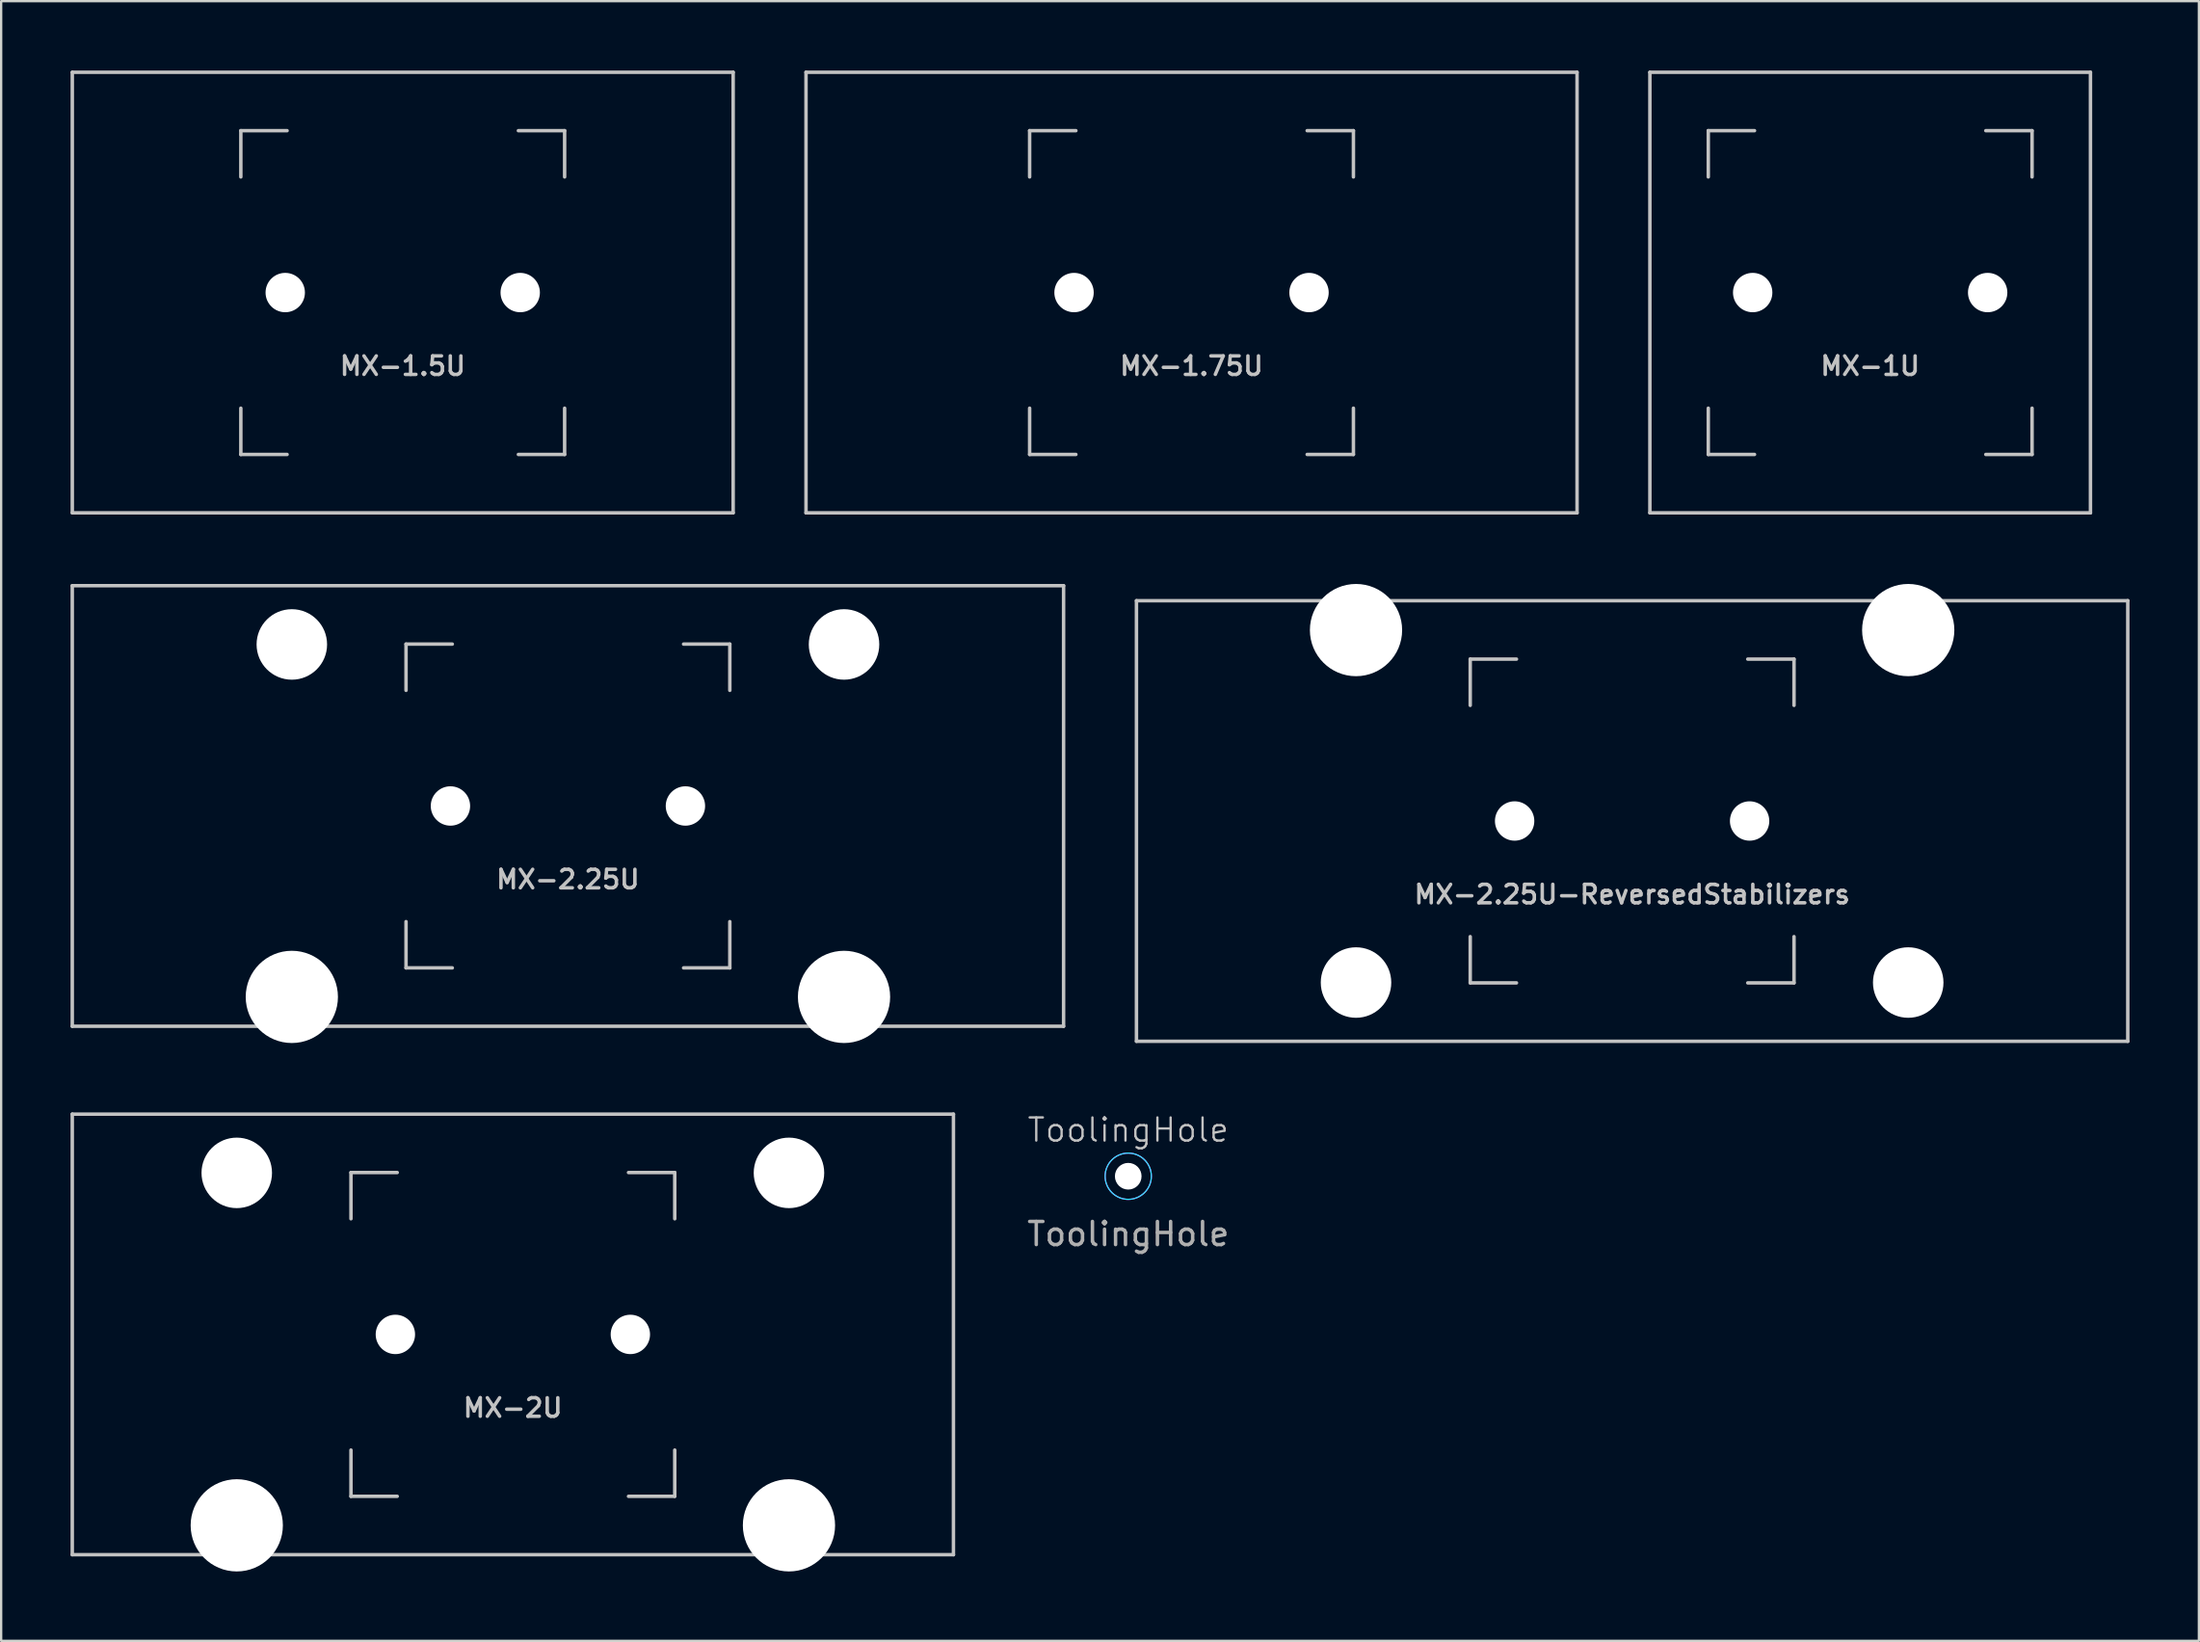
<source format=kicad_pcb>
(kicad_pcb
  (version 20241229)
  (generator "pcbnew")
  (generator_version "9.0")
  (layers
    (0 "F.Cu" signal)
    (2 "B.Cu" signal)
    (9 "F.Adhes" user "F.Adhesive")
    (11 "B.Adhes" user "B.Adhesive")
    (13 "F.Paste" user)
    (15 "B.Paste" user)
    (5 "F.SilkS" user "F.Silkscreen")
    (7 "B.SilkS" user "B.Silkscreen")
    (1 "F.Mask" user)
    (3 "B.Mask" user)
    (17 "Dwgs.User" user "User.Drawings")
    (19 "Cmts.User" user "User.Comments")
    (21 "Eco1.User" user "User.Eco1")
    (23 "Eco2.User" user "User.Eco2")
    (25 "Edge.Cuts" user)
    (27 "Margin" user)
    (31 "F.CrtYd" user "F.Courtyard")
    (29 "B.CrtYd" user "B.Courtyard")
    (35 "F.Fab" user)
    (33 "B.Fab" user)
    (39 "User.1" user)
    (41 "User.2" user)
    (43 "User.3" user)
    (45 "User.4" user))
  (footprint "ToolingHole"
    (layer "F.Cu")
    (at 45.732 47.809)
    (property "Reference" "ToolingHole" (at 0 -2 0) (unlocked yes) (layer "Dwgs.User") (effects (font (size 1 1) (thickness 0.1))))
    (attr through_hole)
    (fp_circle (center 0 0) (end -1 0) (stroke (width 0.05) (type solid)) (fill no) (layer "B.CrtYd"))
    (fp_circle (center 0 0) (end 1 0) (stroke (width 0.05) (type solid)) (fill no) (layer "F.CrtYd"))
    (fp_text user "${REFERENCE}" (at 0 2.5 0) (unlocked yes) (layer "F.Fab") (effects (font (size 1 1) (thickness 0.15))))
    (pad "" np_thru_hole circle (at 0 0) (size 1.152 1.152) (drill 1.152) (layers "*.Cu" "*.Mask")))
  (footprint "MX-1U"
    (layer "F.Cu")
    (at 77.812 9.6)
    (property "Reference" "MX-1U" (at 0 3.175 0) (layer "Dwgs.User") (effects (font (size 0.8 0.8) (thickness 0.15))))
    (attr through_hole)
    (fp_line (start -9.525 9.525) (end -9.525 -9.525) (stroke (width 0.15) (type solid)) (layer "Dwgs.User"))
    (fp_line (start -7 -7) (end -7 -5) (stroke (width 0.15) (type solid)) (layer "Dwgs.User"))
    (fp_line (start -7 5) (end -7 7) (stroke (width 0.15) (type solid)) (layer "Dwgs.User"))
    (fp_line (start -7 7) (end -5 7) (stroke (width 0.15) (type solid)) (layer "Dwgs.User"))
    (fp_line (start -5 -7) (end -7 -7) (stroke (width 0.15) (type solid)) (layer "Dwgs.User"))
    (fp_line (start 5 -7) (end 7 -7) (stroke (width 0.15) (type solid)) (layer "Dwgs.User"))
    (fp_line (start 5 7) (end 7 7) (stroke (width 0.15) (type solid)) (layer "Dwgs.User"))
    (fp_line (start 7 -7) (end 7 -5) (stroke (width 0.15) (type solid)) (layer "Dwgs.User"))
    (fp_line (start 7 7) (end 7 5) (stroke (width 0.15) (type solid)) (layer "Dwgs.User"))
    (fp_line (start 9.525 -9.525) (end -9.525 -9.525) (stroke (width 0.15) (type solid)) (layer "Dwgs.User"))
    (fp_line (start 9.525 9.525) (end -9.525 9.525) (stroke (width 0.15) (type solid)) (layer "Dwgs.User"))
    (fp_line (start 9.525 9.525) (end 9.525 -9.525) (stroke (width 0.15) (type solid)) (layer "Dwgs.User"))
    (pad "" np_thru_hole circle (at -5.08 0 48.099) (size 1.702 1.702) (drill 1.702) (layers "*.Cu" "*.Mask"))
    (pad "" np_thru_hole circle (at 5.08 0 48.099) (size 1.702 1.702) (drill 1.702) (layers "*.Cu" "*.Mask")))
  (footprint "MX-2.25U"
    (layer "F.Cu")
    (at 21.506 31.8)
    (property "Reference" "MX-2.25U" (at 0 3.175 0) (layer "Dwgs.User") (effects (font (size 0.8 0.8) (thickness 0.15))))
    (attr through_hole)
    (fp_line (start -21.431 9.525) (end -21.431 -9.525) (stroke (width 0.15) (type solid)) (layer "Dwgs.User"))
    (fp_line (start -7 -7) (end -7 -5) (stroke (width 0.15) (type solid)) (layer "Dwgs.User"))
    (fp_line (start -7 5) (end -7 7) (stroke (width 0.15) (type solid)) (layer "Dwgs.User"))
    (fp_line (start -7 7) (end -5 7) (stroke (width 0.15) (type solid)) (layer "Dwgs.User"))
    (fp_line (start -5 -7) (end -7 -7) (stroke (width 0.15) (type solid)) (layer "Dwgs.User"))
    (fp_line (start 5 -7) (end 7 -7) (stroke (width 0.15) (type solid)) (layer "Dwgs.User"))
    (fp_line (start 5 7) (end 7 7) (stroke (width 0.15) (type solid)) (layer "Dwgs.User"))
    (fp_line (start 7 -7) (end 7 -5) (stroke (width 0.15) (type solid)) (layer "Dwgs.User"))
    (fp_line (start 7 7) (end 7 5) (stroke (width 0.15) (type solid)) (layer "Dwgs.User"))
    (fp_line (start 21.431 -9.525) (end -21.431 -9.525) (stroke (width 0.15) (type solid)) (layer "Dwgs.User"))
    (fp_line (start 21.431 9.525) (end -21.431 9.525) (stroke (width 0.15) (type solid)) (layer "Dwgs.User"))
    (fp_line (start 21.431 9.525) (end 21.431 -9.525) (stroke (width 0.15) (type solid)) (layer "Dwgs.User"))
    (pad "" np_thru_hole circle (at -11.938 -6.985) (size 3.048 3.048) (drill 3.048) (layers "*.Cu" "*.Mask"))
    (pad "" np_thru_hole circle (at -11.938 8.255) (size 3.988 3.988) (drill 3.988) (layers "*.Cu" "*.Mask"))
    (pad "" np_thru_hole circle (at -5.08 0 48.099) (size 1.702 1.702) (drill 1.702) (layers "*.Cu" "*.Mask"))
    (pad "" np_thru_hole circle (at 5.08 0 48.099) (size 1.702 1.702) (drill 1.702) (layers "*.Cu" "*.Mask"))
    (pad "" np_thru_hole circle (at 11.938 -6.985) (size 3.048 3.048) (drill 3.048) (layers "*.Cu" "*.Mask"))
    (pad "" np_thru_hole circle (at 11.938 8.255) (size 3.988 3.988) (drill 3.988) (layers "*.Cu" "*.Mask")))
  (footprint "MX-1.5U"
    (layer "F.Cu")
    (at 14.363 9.6)
    (property "Reference" "MX-1.5U" (at 0 3.175 0) (layer "Dwgs.User") (effects (font (size 0.8 0.8) (thickness 0.15))))
    (attr through_hole)
    (fp_line (start -14.287 9.525) (end -14.287 -9.525) (stroke (width 0.15) (type solid)) (layer "Dwgs.User"))
    (fp_line (start -7 -7) (end -7 -5) (stroke (width 0.15) (type solid)) (layer "Dwgs.User"))
    (fp_line (start -7 5) (end -7 7) (stroke (width 0.15) (type solid)) (layer "Dwgs.User"))
    (fp_line (start -7 7) (end -5 7) (stroke (width 0.15) (type solid)) (layer "Dwgs.User"))
    (fp_line (start -5 -7) (end -7 -7) (stroke (width 0.15) (type solid)) (layer "Dwgs.User"))
    (fp_line (start 5 -7) (end 7 -7) (stroke (width 0.15) (type solid)) (layer "Dwgs.User"))
    (fp_line (start 5 7) (end 7 7) (stroke (width 0.15) (type solid)) (layer "Dwgs.User"))
    (fp_line (start 7 -7) (end 7 -5) (stroke (width 0.15) (type solid)) (layer "Dwgs.User"))
    (fp_line (start 7 7) (end 7 5) (stroke (width 0.15) (type solid)) (layer "Dwgs.User"))
    (fp_line (start 14.287 -9.525) (end -14.287 -9.525) (stroke (width 0.15) (type solid)) (layer "Dwgs.User"))
    (fp_line (start 14.287 9.525) (end -14.287 9.525) (stroke (width 0.15) (type solid)) (layer "Dwgs.User"))
    (fp_line (start 14.287 9.525) (end 14.287 -9.525) (stroke (width 0.15) (type solid)) (layer "Dwgs.User"))
    (pad "" np_thru_hole circle (at -5.08 0 48.099) (size 1.702 1.702) (drill 1.702) (layers "*.Cu" "*.Mask"))
    (pad "" np_thru_hole circle (at 5.08 0 48.099) (size 1.702 1.702) (drill 1.702) (layers "*.Cu" "*.Mask")))
  (footprint "MX-1.75U"
    (layer "F.Cu")
    (at 48.469 9.6)
    (property "Reference" "MX-1.75U" (at 0 3.175 0) (layer "Dwgs.User") (effects (font (size 0.8 0.8) (thickness 0.15))))
    (attr through_hole)
    (fp_line (start -16.669 9.525) (end -16.669 -9.525) (stroke (width 0.15) (type solid)) (layer "Dwgs.User"))
    (fp_line (start -7 -7) (end -7 -5) (stroke (width 0.15) (type solid)) (layer "Dwgs.User"))
    (fp_line (start -7 5) (end -7 7) (stroke (width 0.15) (type solid)) (layer "Dwgs.User"))
    (fp_line (start -7 7) (end -5 7) (stroke (width 0.15) (type solid)) (layer "Dwgs.User"))
    (fp_line (start -5 -7) (end -7 -7) (stroke (width 0.15) (type solid)) (layer "Dwgs.User"))
    (fp_line (start 5 -7) (end 7 -7) (stroke (width 0.15) (type solid)) (layer "Dwgs.User"))
    (fp_line (start 5 7) (end 7 7) (stroke (width 0.15) (type solid)) (layer "Dwgs.User"))
    (fp_line (start 7 -7) (end 7 -5) (stroke (width 0.15) (type solid)) (layer "Dwgs.User"))
    (fp_line (start 7 7) (end 7 5) (stroke (width 0.15) (type solid)) (layer "Dwgs.User"))
    (fp_line (start 16.669 -9.525) (end -16.669 -9.525) (stroke (width 0.15) (type solid)) (layer "Dwgs.User"))
    (fp_line (start 16.669 9.525) (end -16.669 9.525) (stroke (width 0.15) (type solid)) (layer "Dwgs.User"))
    (fp_line (start 16.669 9.525) (end 16.669 -9.525) (stroke (width 0.15) (type solid)) (layer "Dwgs.User"))
    (pad "" np_thru_hole circle (at -5.08 0 48.099) (size 1.702 1.702) (drill 1.702) (layers "*.Cu" "*.Mask"))
    (pad "" np_thru_hole circle (at 5.08 0 48.099) (size 1.702 1.702) (drill 1.702) (layers "*.Cu" "*.Mask")))
  (footprint "MX-2U"
    (layer "F.Cu")
    (at 19.125 54.649)
    (property "Reference" "MX-2U" (at 0 3.175 0) (layer "Dwgs.User") (effects (font (size 0.8 0.8) (thickness 0.15))))
    (attr through_hole)
    (fp_line (start -19.05 9.525) (end -19.05 -9.525) (stroke (width 0.15) (type solid)) (layer "Dwgs.User"))
    (fp_line (start -7 -7) (end -7 -5) (stroke (width 0.15) (type solid)) (layer "Dwgs.User"))
    (fp_line (start -7 5) (end -7 7) (stroke (width 0.15) (type solid)) (layer "Dwgs.User"))
    (fp_line (start -7 7) (end -5 7) (stroke (width 0.15) (type solid)) (layer "Dwgs.User"))
    (fp_line (start -5 -7) (end -7 -7) (stroke (width 0.15) (type solid)) (layer "Dwgs.User"))
    (fp_line (start 5 -7) (end 7 -7) (stroke (width 0.15) (type solid)) (layer "Dwgs.User"))
    (fp_line (start 5 7) (end 7 7) (stroke (width 0.15) (type solid)) (layer "Dwgs.User"))
    (fp_line (start 7 -7) (end 7 -5) (stroke (width 0.15) (type solid)) (layer "Dwgs.User"))
    (fp_line (start 7 7) (end 7 5) (stroke (width 0.15) (type solid)) (layer "Dwgs.User"))
    (fp_line (start 19.05 -9.525) (end -19.05 -9.525) (stroke (width 0.15) (type solid)) (layer "Dwgs.User"))
    (fp_line (start 19.05 9.525) (end -19.05 9.525) (stroke (width 0.15) (type solid)) (layer "Dwgs.User"))
    (fp_line (start 19.05 9.525) (end 19.05 -9.525) (stroke (width 0.15) (type solid)) (layer "Dwgs.User"))
    (pad "" np_thru_hole circle (at -11.938 -6.985) (size 3.048 3.048) (drill 3.048) (layers "*.Cu" "*.Mask"))
    (pad "" np_thru_hole circle (at -11.938 8.255) (size 3.988 3.988) (drill 3.988) (layers "*.Cu" "*.Mask"))
    (pad "" np_thru_hole circle (at -5.08 0 48.099) (size 1.702 1.702) (drill 1.702) (layers "*.Cu" "*.Mask"))
    (pad "" np_thru_hole circle (at 5.08 0 48.099) (size 1.702 1.702) (drill 1.702) (layers "*.Cu" "*.Mask"))
    (pad "" np_thru_hole circle (at 11.938 -6.985) (size 3.048 3.048) (drill 3.048) (layers "*.Cu" "*.Mask"))
    (pad "" np_thru_hole circle (at 11.938 8.255) (size 3.988 3.988) (drill 3.988) (layers "*.Cu" "*.Mask")))
  (footprint "MX-2.25U-ReversedStabilizers"
    (layer "F.Cu")
    (at 67.519 32.449)
    (property "Reference" "MX-2.25U-ReversedStabilizers" (at 0 3.175 0) (layer "Dwgs.User") (effects (font (size 0.8 0.8) (thickness 0.15))))
    (attr through_hole)
    (fp_line (start -21.431 9.525) (end -21.431 -9.525) (stroke (width 0.15) (type solid)) (layer "Dwgs.User"))
    (fp_line (start -7 -7) (end -7 -5) (stroke (width 0.15) (type solid)) (layer "Dwgs.User"))
    (fp_line (start -7 5) (end -7 7) (stroke (width 0.15) (type solid)) (layer "Dwgs.User"))
    (fp_line (start -7 7) (end -5 7) (stroke (width 0.15) (type solid)) (layer "Dwgs.User"))
    (fp_line (start -5 -7) (end -7 -7) (stroke (width 0.15) (type solid)) (layer "Dwgs.User"))
    (fp_line (start 5 -7) (end 7 -7) (stroke (width 0.15) (type solid)) (layer "Dwgs.User"))
    (fp_line (start 5 7) (end 7 7) (stroke (width 0.15) (type solid)) (layer "Dwgs.User"))
    (fp_line (start 7 -7) (end 7 -5) (stroke (width 0.15) (type solid)) (layer "Dwgs.User"))
    (fp_line (start 7 7) (end 7 5) (stroke (width 0.15) (type solid)) (layer "Dwgs.User"))
    (fp_line (start 21.431 -9.525) (end -21.431 -9.525) (stroke (width 0.15) (type solid)) (layer "Dwgs.User"))
    (fp_line (start 21.431 9.525) (end -21.431 9.525) (stroke (width 0.15) (type solid)) (layer "Dwgs.User"))
    (fp_line (start 21.431 9.525) (end 21.431 -9.525) (stroke (width 0.15) (type solid)) (layer "Dwgs.User"))
    (pad "" np_thru_hole circle (at -11.938 -8.255) (size 3.988 3.988) (drill 3.988) (layers "*.Cu" "*.Mask"))
    (pad "" np_thru_hole circle (at -11.938 6.985) (size 3.048 3.048) (drill 3.048) (layers "*.Cu" "*.Mask"))
    (pad "" np_thru_hole circle (at -5.08 0 48.099) (size 1.702 1.702) (drill 1.702) (layers "*.Cu" "*.Mask"))
    (pad "" np_thru_hole circle (at 5.08 0 48.099) (size 1.702 1.702) (drill 1.702) (layers "*.Cu" "*.Mask"))
    (pad "" np_thru_hole circle (at 11.938 -8.255) (size 3.988 3.988) (drill 3.988) (layers "*.Cu" "*.Mask"))
    (pad "" np_thru_hole circle (at 11.938 6.985) (size 3.048 3.048) (drill 3.048) (layers "*.Cu" "*.Mask")))
  (gr_rect
    (start -3 -3)
    (end 92.025 67.898)
    (stroke (width 0.1) (type default))
    (fill no)
    (layer "Edge.Cuts")))
</source>
